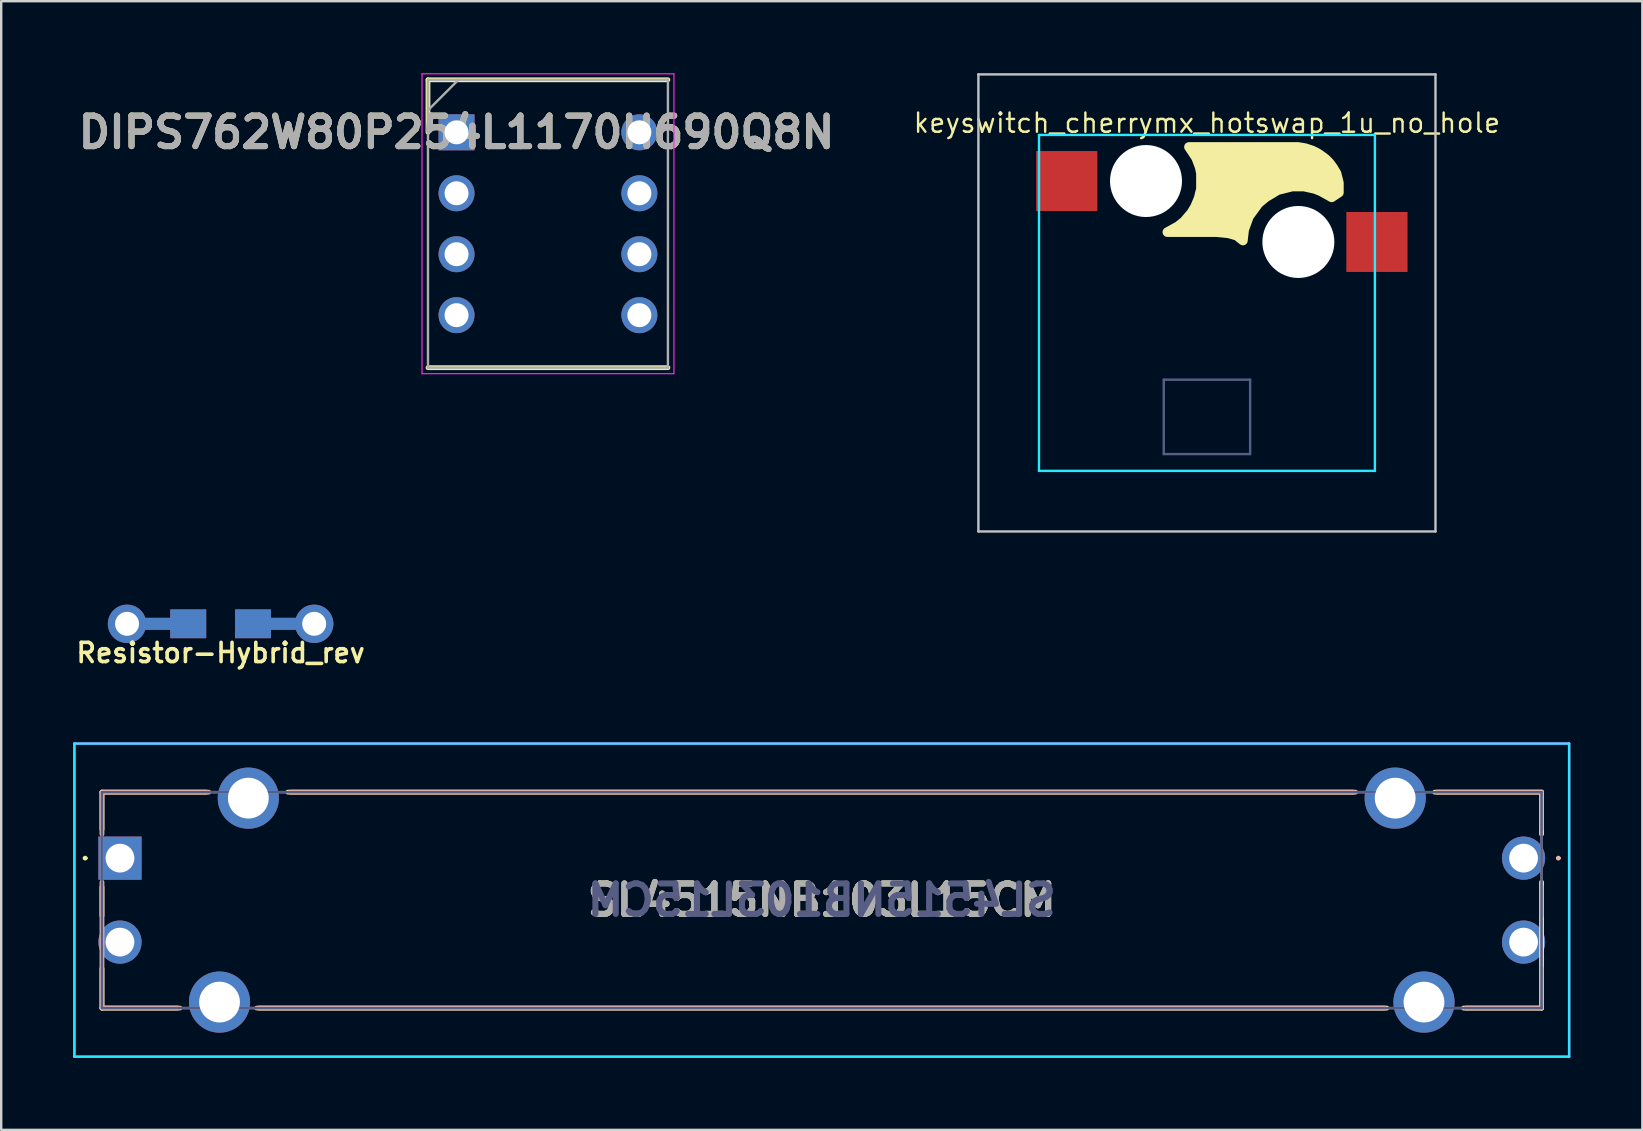
<source format=kicad_pcb>
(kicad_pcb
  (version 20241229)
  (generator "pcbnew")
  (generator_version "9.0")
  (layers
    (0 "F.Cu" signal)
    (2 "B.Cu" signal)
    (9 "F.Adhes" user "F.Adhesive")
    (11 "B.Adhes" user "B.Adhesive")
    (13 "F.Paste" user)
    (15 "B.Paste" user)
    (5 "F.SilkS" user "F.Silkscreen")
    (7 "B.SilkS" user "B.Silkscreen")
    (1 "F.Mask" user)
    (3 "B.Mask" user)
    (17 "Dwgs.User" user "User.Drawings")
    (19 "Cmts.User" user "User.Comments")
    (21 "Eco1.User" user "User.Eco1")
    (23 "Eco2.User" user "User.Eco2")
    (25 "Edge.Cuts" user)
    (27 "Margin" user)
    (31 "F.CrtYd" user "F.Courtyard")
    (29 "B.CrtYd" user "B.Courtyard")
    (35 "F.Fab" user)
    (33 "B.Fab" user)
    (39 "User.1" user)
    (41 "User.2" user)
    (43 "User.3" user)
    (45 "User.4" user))
  (footprint "keyswitch_cherrymx_hotswap_1u_no_hole"
    (layer "F.Cu")
    (at 47.254 9.575)
    (property "Reference" "keyswitch_cherrymx_hotswap_1u_no_hole" (at 0 -7.5 0) (layer "F.SilkS") (effects (font (size 0.8 0.8) (thickness 0.1) (bold yes))))
    (attr smd)
    (fp_poly (pts (xy 3.6 -6.5) (xy 3.8 -6.5) (xy 4.1 -6.45) (xy 4.4 -6.35) (xy 4.6 -6.25) (xy 4.75 -6.15) (xy 4.95 -6) (xy 5.1 -5.85) (xy 5.25 -5.65) (xy 5.4 -5.4) (xy 5.5 -5) (xy 5.5 -4.6) (xy 5.35 -4.5) (xy 5.2 -4.4) (xy 4.75 -4.65) (xy 4.5 -4.75) (xy 4.05 -4.85) (xy 3.55 -4.85) (xy 2.95 -4.7) (xy 2.45 -4.4) (xy 2.15 -4.15) (xy 1.75 -3.6) (xy 1.55 -3.05) (xy 1.5 -2.6) (xy 1.25 -2.8) (xy 0.9 -2.9) (xy 0.4 -2.95) (xy -1.65 -2.95) (xy -1.2 -3.2) (xy -0.95 -3.4) (xy -0.65 -3.75) (xy -0.5 -4) (xy -0.35 -4.35) (xy -0.25 -4.75) (xy -0.25 -5.05) (xy -0.25 -5.4) (xy -0.3 -5.65) (xy -0.45 -6.05) (xy -0.75 -6.5)) (stroke (width 0.4) (type solid)) (fill yes) (layer "F.SilkS"))
    (fp_line (start -9.525 -9.525) (end -9.525 9.525) (stroke (width 0.1) (type solid)) (layer "Dwgs.User"))
    (fp_line (start -9.525 9.525) (end 9.525 9.525) (stroke (width 0.1) (type solid)) (layer "Dwgs.User"))
    (fp_line (start 9.525 -9.525) (end -9.525 -9.525) (stroke (width 0.1) (type solid)) (layer "Dwgs.User"))
    (fp_line (start 9.525 9.525) (end 9.525 -9.525) (stroke (width 0.1) (type solid)) (layer "Dwgs.User"))
    (fp_line (start -7 7) (end -7 -7) (stroke (width 0.1) (type default)) (layer "B.CrtYd"))
    (fp_line (start 7 -7) (end -7 -7) (stroke (width 0.1) (type default)) (layer "B.CrtYd"))
    (fp_line (start 7 -7) (end 7 7) (stroke (width 0.1) (type default)) (layer "B.CrtYd"))
    (fp_line (start 7 7) (end -7 7) (stroke (width 0.1) (type default)) (layer "B.CrtYd"))
    (fp_line (start -1.8 3.2) (end -1.8 6.3) (stroke (width 0.1) (type default)) (layer "B.Fab"))
    (fp_line (start 1.8 3.2) (end -1.8 3.2) (stroke (width 0.1) (type default)) (layer "B.Fab"))
    (fp_line (start 1.8 3.2) (end 1.8 6.3) (stroke (width 0.1) (type default)) (layer "B.Fab"))
    (fp_line (start 1.8 6.3) (end -1.8 6.3) (stroke (width 0.1) (type default)) (layer "B.Fab"))
    (pad "" np_thru_hole circle (at -2.54 -5.08) (size 3 3) (drill 3) (layers "*.Cu" "*.Mask"))
    (pad "" np_thru_hole circle (at 3.81 -2.54) (size 3 3) (drill 3) (layers "*.Cu" "*.Mask"))
    (pad "1" smd rect (at 7.085 -2.54 180) (size 2.55 2.5) (layers "F.Cu" "F.Mask" "F.Paste"))
    (pad "2" smd rect (at -5.842 -5.08 180) (size 2.55 2.5) (layers "F.Cu" "F.Mask" "F.Paste")))
  (footprint "Resistor-Hybrid_rev"
    (layer "F.Cu")
    (at 6.145 22.95)
    (property "Reference" "Resistor-Hybrid_rev" (at 0 1.21 0) (layer "F.SilkS") (effects (font (size 0.8 0.8) (thickness 0.15))))
    (attr smd)
    (pad "1" smd rect (at 1.35 0) (size 1.5 1.2) (layers "F.Cu" "F.Mask" "F.Paste"))
    (pad "1" smd rect (at 1.35 0) (size 1.5 1.2) (layers "B.Cu" "B.Mask" "B.Paste"))
    (pad "1" smd rect (at 2.5 0) (size 2.9 0.5) (layers "F.Cu"))
    (pad "1" smd rect (at 2.5 0) (size 2.9 0.5) (layers "B.Cu"))
    (pad "1" thru_hole circle (at 3.9 0) (size 1.6 1.6) (drill 1) (layers "*.Cu" "*.Mask"))
    (pad "2" thru_hole circle (at -3.9 0) (size 1.6 1.6) (drill 1) (layers "*.Cu" "*.Mask"))
    (pad "2" smd rect (at -2.5 0) (size 2.9 0.5) (layers "F.Cu"))
    (pad "2" smd rect (at -2.5 0) (size 2.9 0.5) (layers "B.Cu"))
    (pad "2" smd rect (at -1.35 0) (size 1.5 1.2) (layers "F.Cu" "F.Mask" "F.Paste"))
    (pad "2" smd rect (at -1.35 0) (size 1.5 1.2) (layers "B.Cu" "B.Mask" "B.Paste")))
  (footprint "SL4515NB103L15CM"
    (layer "F.Cu")
    (at 1.95 32.716)
    (property "Reference" "SL4515NB103L15CM" (at 29.25 1.75 0) (layer "F.SilkS") (effects (font (size 1.27 1.27) (thickness 0.254))))
    (attr through_hole)
    (fp_line (start -1.5 0) (end -1.5 0) (stroke (width 0.1) (type solid)) (layer "F.SilkS"))
    (fp_line (start -1.4 0) (end -1.4 0) (stroke (width 0.1) (type solid)) (layer "F.SilkS"))
    (fp_line (start -0.75 -2.75) (end 3.6 -2.75) (stroke (width 0.2) (type solid)) (layer "F.SilkS"))
    (fp_line (start -0.75 -1.2) (end -0.75 -2.75) (stroke (width 0.2) (type solid)) (layer "F.SilkS"))
    (fp_line (start -0.75 1.2) (end -0.75 2.4) (stroke (width 0.2) (type solid)) (layer "F.SilkS"))
    (fp_line (start -0.75 4.6) (end -0.75 6.25) (stroke (width 0.2) (type solid)) (layer "F.SilkS"))
    (fp_line (start -0.75 6.25) (end 2.4 6.25) (stroke (width 0.2) (type solid)) (layer "F.SilkS"))
    (fp_line (start 5.8 6.25) (end 52.8 6.25) (stroke (width 0.2) (type solid)) (layer "F.SilkS"))
    (fp_line (start 51.4 -2.75) (end 7 -2.75) (stroke (width 0.2) (type solid)) (layer "F.SilkS"))
    (fp_line (start 54.8 -2.75) (end 59.25 -2.75) (stroke (width 0.2) (type solid)) (layer "F.SilkS"))
    (fp_line (start 56 6.25) (end 59.25 6.25) (stroke (width 0.2) (type solid)) (layer "F.SilkS"))
    (fp_line (start 59.25 -2.75) (end 59.25 -1) (stroke (width 0.2) (type solid)) (layer "F.SilkS"))
    (fp_line (start 59.25 6.25) (end 59.25 1) (stroke (width 0.2) (type solid)) (layer "F.SilkS"))
    (fp_arc (start -1.5 0) (mid -1.45 -0.05) (end -1.4 0) (stroke (width 0.1) (type solid)) (layer "F.SilkS"))
    (fp_arc (start -1.4 0) (mid -1.45 0.05) (end -1.5 0) (stroke (width 0.1) (type solid)) (layer "F.SilkS"))
    (fp_line (start -0.75 -2.75) (end -0.75 -1) (stroke (width 0.2) (type solid)) (layer "B.SilkS"))
    (fp_line (start -0.75 6.25) (end -0.75 1) (stroke (width 0.2) (type solid)) (layer "B.SilkS"))
    (fp_line (start 2.5 6.25) (end -0.75 6.25) (stroke (width 0.2) (type solid)) (layer "B.SilkS"))
    (fp_line (start 3.7 -2.75) (end -0.75 -2.75) (stroke (width 0.2) (type solid)) (layer "B.SilkS"))
    (fp_line (start 7.1 -2.75) (end 51.5 -2.75) (stroke (width 0.2) (type solid)) (layer "B.SilkS"))
    (fp_line (start 52.7 6.25) (end 5.7 6.25) (stroke (width 0.2) (type solid)) (layer "B.SilkS"))
    (fp_line (start 59.25 -2.75) (end 54.9 -2.75) (stroke (width 0.2) (type solid)) (layer "B.SilkS"))
    (fp_line (start 59.25 -1.2) (end 59.25 -2.75) (stroke (width 0.2) (type solid)) (layer "B.SilkS"))
    (fp_line (start 59.25 1.2) (end 59.25 2.4) (stroke (width 0.2) (type solid)) (layer "B.SilkS"))
    (fp_line (start 59.25 4.6) (end 59.25 6.25) (stroke (width 0.2) (type solid)) (layer "B.SilkS"))
    (fp_line (start 59.25 6.25) (end 56.1 6.25) (stroke (width 0.2) (type solid)) (layer "B.SilkS"))
    (fp_line (start 59.9 0) (end 59.9 0) (stroke (width 0.1) (type solid)) (layer "B.SilkS"))
    (fp_line (start 60 0) (end 60 0) (stroke (width 0.1) (type solid)) (layer "B.SilkS"))
    (fp_arc (start 59.9 0) (mid 59.95 -0.05) (end 60 0) (stroke (width 0.1) (type solid)) (layer "B.SilkS"))
    (fp_arc (start 60 0) (mid 59.95 0.05) (end 59.9 0) (stroke (width 0.1) (type solid)) (layer "B.SilkS"))
    (fp_line (start -1.9 -4.775) (end -1.9 8.275) (stroke (width 0.1) (type solid)) (layer "B.CrtYd"))
    (fp_line (start -1.9 8.275) (end 60.4 8.275) (stroke (width 0.1) (type solid)) (layer "B.CrtYd"))
    (fp_line (start 60.4 -4.775) (end -1.9 -4.775) (stroke (width 0.1) (type solid)) (layer "B.CrtYd"))
    (fp_line (start 60.4 8.275) (end 60.4 -4.775) (stroke (width 0.1) (type solid)) (layer "B.CrtYd"))
    (fp_line (start -1.9 -4.775) (end 60.4 -4.775) (stroke (width 0.1) (type solid)) (layer "F.CrtYd"))
    (fp_line (start -1.9 8.275) (end -1.9 -4.775) (stroke (width 0.1) (type solid)) (layer "F.CrtYd"))
    (fp_line (start 60.4 -4.775) (end 60.4 8.275) (stroke (width 0.1) (type solid)) (layer "F.CrtYd"))
    (fp_line (start 60.4 8.275) (end -1.9 8.275) (stroke (width 0.1) (type solid)) (layer "F.CrtYd"))
    (fp_line (start -0.75 -2.75) (end -0.75 6.25) (stroke (width 0.1) (type solid)) (layer "B.Fab"))
    (fp_line (start -0.75 6.25) (end 59.25 6.25) (stroke (width 0.1) (type solid)) (layer "B.Fab"))
    (fp_line (start 59.25 -2.75) (end -0.75 -2.75) (stroke (width 0.1) (type solid)) (layer "B.Fab"))
    (fp_line (start 59.25 6.25) (end 59.25 -2.75) (stroke (width 0.1) (type solid)) (layer "B.Fab"))
    (fp_line (start -0.75 -2.75) (end 59.25 -2.75) (stroke (width 0.1) (type solid)) (layer "F.Fab"))
    (fp_line (start -0.75 6.25) (end -0.75 -2.75) (stroke (width 0.1) (type solid)) (layer "F.Fab"))
    (fp_line (start 59.25 -2.75) (end 59.25 6.25) (stroke (width 0.1) (type solid)) (layer "F.Fab"))
    (fp_line (start 59.25 6.25) (end -0.75 6.25) (stroke (width 0.1) (type solid)) (layer "F.Fab"))
    (fp_text user "${REFERENCE}" (at 29.25 1.75 0) (layer "B.Fab") (effects (font (size 1.27 1.27) (thickness 0.254)) (justify mirror)))
    (fp_text user "${REFERENCE}" (at 29.25 1.75 0) (layer "F.Fab") (effects (font (size 1.27 1.27) (thickness 0.254))))
    (pad "1" thru_hole rect (at 0 0) (size 1.8 1.8) (drill 1.2) (layers "*.Cu" "*.Mask"))
    (pad "2" thru_hole circle (at 0 3.5) (size 1.8 1.8) (drill 1.2) (layers "*.Cu" "*.Mask"))
    (pad "2" thru_hole circle (at 58.5 3.5) (size 1.8 1.8) (drill 1.2) (layers "*.Cu" "*.Mask"))
    (pad "3" thru_hole circle (at 58.5 0) (size 1.8 1.8) (drill 1.2) (layers "*.Cu" "*.Mask"))
    (pad "MH1" thru_hole circle (at 4.15 6) (size 2.55 2.55) (drill 1.7) (layers "*.Cu" "*.Mask"))
    (pad "MH2" thru_hole circle (at 5.35 -2.5) (size 2.55 2.55) (drill 1.7) (layers "*.Cu" "*.Mask"))
    (pad "MH3" thru_hole circle (at 53.15 -2.5) (size 2.55 2.55) (drill 1.7) (layers "*.Cu" "*.Mask"))
    (pad "MH4" thru_hole circle (at 54.35 6) (size 2.55 2.55) (drill 1.7) (layers "*.Cu" "*.Mask")))
  (footprint "DIPS762W80P254L1170H690Q8N"
    (layer "F.Cu")
    (at 15.978 2.465)
    (property "Reference" "DIPS762W80P254L1170H690Q8N" (at 0 0 0) (layer "F.SilkS") (effects (font (size 1.27 1.27) (thickness 0.254))))
    (attr through_hole)
    (fp_line (start -1.19 -2.19) (end -1.19 0) (stroke (width 0.2) (type solid)) (layer "F.SilkS"))
    (fp_line (start -1.19 9.81) (end 8.81 9.81) (stroke (width 0.2) (type solid)) (layer "F.SilkS"))
    (fp_line (start 8.81 -2.19) (end -1.19 -2.19) (stroke (width 0.2) (type solid)) (layer "F.SilkS"))
    (fp_line (start -1.44 -2.44) (end 9.06 -2.44) (stroke (width 0.05) (type solid)) (layer "F.CrtYd"))
    (fp_line (start -1.44 10.06) (end -1.44 -2.44) (stroke (width 0.05) (type solid)) (layer "F.CrtYd"))
    (fp_line (start 9.06 -2.44) (end 9.06 10.06) (stroke (width 0.05) (type solid)) (layer "F.CrtYd"))
    (fp_line (start 9.06 10.06) (end -1.44 10.06) (stroke (width 0.05) (type solid)) (layer "F.CrtYd"))
    (fp_line (start -1.19 -2.19) (end 8.81 -2.19) (stroke (width 0.1) (type solid)) (layer "F.Fab"))
    (fp_line (start -1.19 -0.92) (end 0.08 -2.19) (stroke (width 0.1) (type solid)) (layer "F.Fab"))
    (fp_line (start -1.19 9.81) (end -1.19 -2.19) (stroke (width 0.1) (type solid)) (layer "F.Fab"))
    (fp_line (start 8.81 -2.19) (end 8.81 9.81) (stroke (width 0.1) (type solid)) (layer "F.Fab"))
    (fp_line (start 8.81 9.81) (end -1.19 9.81) (stroke (width 0.1) (type solid)) (layer "F.Fab"))
    (fp_text user "${REFERENCE}" (at 0 0 0) (layer "F.Fab") (effects (font (size 1.27 1.27) (thickness 0.254))))
    (pad "1" thru_hole rect (at 0 0) (size 1.5 1.5) (drill 1) (layers "*.Cu" "*.Mask"))
    (pad "2" thru_hole circle (at 0 2.54) (size 1.5 1.5) (drill 1) (layers "*.Cu" "*.Mask"))
    (pad "3" thru_hole circle (at 0 5.08) (size 1.5 1.5) (drill 1) (layers "*.Cu" "*.Mask"))
    (pad "4" thru_hole circle (at 0 7.62) (size 1.5 1.5) (drill 1) (layers "*.Cu" "*.Mask"))
    (pad "5" thru_hole circle (at 7.62 7.62) (size 1.5 1.5) (drill 1) (layers "*.Cu" "*.Mask"))
    (pad "6" thru_hole circle (at 7.62 5.08) (size 1.5 1.5) (drill 1) (layers "*.Cu" "*.Mask"))
    (pad "7" thru_hole circle (at 7.62 2.54) (size 1.5 1.5) (drill 1) (layers "*.Cu" "*.Mask"))
    (pad "8" thru_hole circle (at 7.62 0) (size 1.5 1.5) (drill 1) (layers "*.Cu" "*.Mask")))
  (gr_rect
    (start -3 -3)
    (end 65.4 44.041)
    (stroke (width 0.1) (type default))
    (fill no)
    (layer "Edge.Cuts")))
</source>
